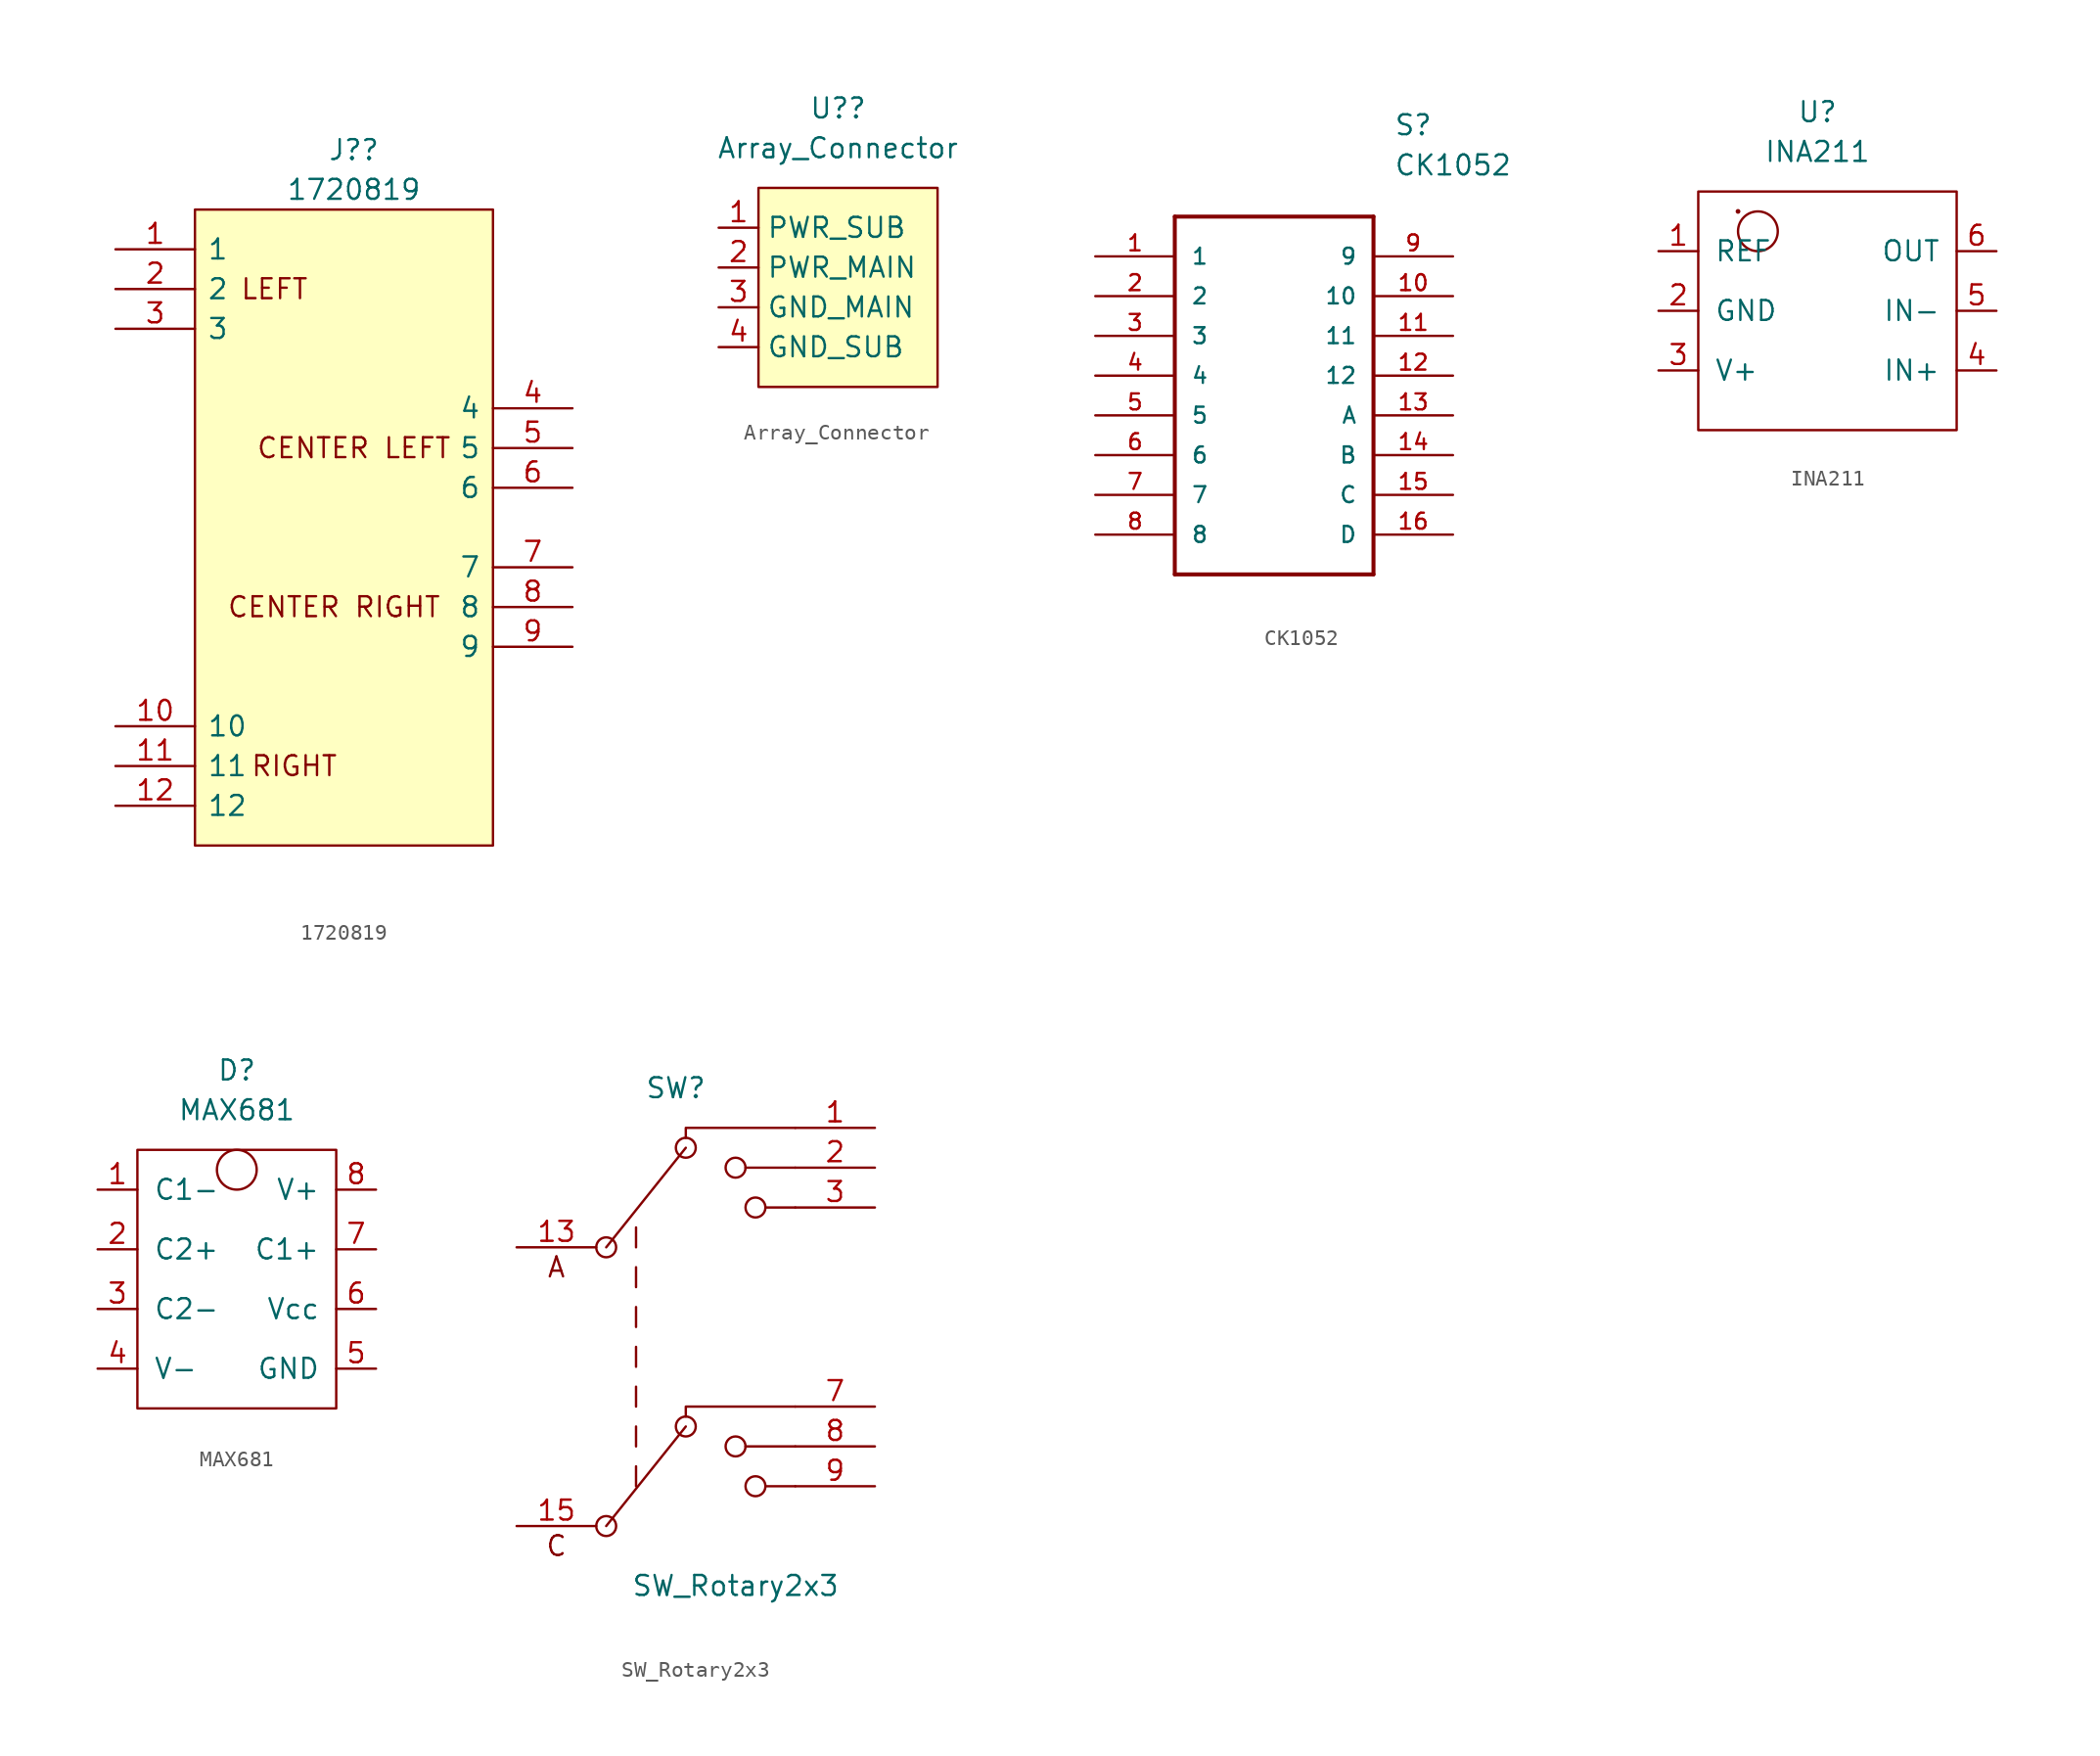
<source format=kicad_sym>
(kicad_symbol_lib
  (version 20211014)
  (generator kicad_symbol_editor)
  (symbol "1720819"
    (pin_names
      (offset 0.762))
    (property "Reference" "J?"
      (at 15.24 6.35 0)
      (effects (font (size 1.27 1.27))))
    (property "Value" "1720819"
      (at 15.24 3.81 0)
      (effects (font (size 1.27 1.27))))
    (symbol "1720819_0_0"
      (text "CENTER LEFT" (at 15.24 -12.7 0) (effects (font (size 1.27 1.27))))
      (text "CENTER RIGHT" (at 13.97 -22.86 0) (effects (font (size 1.27 1.27))))
      (text "LEFT" (at 10.16 -2.54 0) (effects (font (size 1.27 1.27))))
      (text "RIGHT" (at 11.43 -33.02 0) (effects (font (size 1.27 1.27))))
      (pin passive line (at 0 0 0) (length 5.08) (name "1" (effects (font (size 1.27 1.27)))) (number "1" (effects (font (size 1.27 1.27)))))
      (pin passive line (at 0 -30.48 0) (length 5.08) (name "10" (effects (font (size 1.27 1.27)))) (number "10" (effects (font (size 1.27 1.27)))))
      (pin passive line (at 0 -33.02 0) (length 5.08) (name "11" (effects (font (size 1.27 1.27)))) (number "11" (effects (font (size 1.27 1.27)))))
      (pin passive line (at 0 -35.56 0) (length 5.08) (name "12" (effects (font (size 1.27 1.27)))) (number "12" (effects (font (size 1.27 1.27)))))
      (pin passive line (at 0 -2.54 0) (length 5.08) (name "2" (effects (font (size 1.27 1.27)))) (number "2" (effects (font (size 1.27 1.27)))))
      (pin passive line (at 0 -5.08 0) (length 5.08) (name "3" (effects (font (size 1.27 1.27)))) (number "3" (effects (font (size 1.27 1.27)))))
      (pin passive line (at 29.21 -10.16 180) (length 5.08) (name "4" (effects (font (size 1.27 1.27)))) (number "4" (effects (font (size 1.27 1.27)))))
      (pin passive line (at 29.21 -12.7 180) (length 5.08) (name "5" (effects (font (size 1.27 1.27)))) (number "5" (effects (font (size 1.27 1.27)))))
      (pin passive line (at 29.21 -15.24 180) (length 5.08) (name "6" (effects (font (size 1.27 1.27)))) (number "6" (effects (font (size 1.27 1.27)))))
      (pin passive line (at 29.21 -20.32 180) (length 5.08) (name "7" (effects (font (size 1.27 1.27)))) (number "7" (effects (font (size 1.27 1.27)))))
      (pin passive line (at 29.21 -22.86 180) (length 5.08) (name "8" (effects (font (size 1.27 1.27)))) (number "8" (effects (font (size 1.27 1.27)))))
      (pin passive line (at 29.21 -25.4 180) (length 5.08) (name "9" (effects (font (size 1.27 1.27)))) (number "9" (effects (font (size 1.27 1.27))))))
    (symbol "1720819_0_1"
      (polyline (pts (xy 5.08 2.54) (xy 24.13 2.54) (xy 24.13 -38.1) (xy 5.08 -38.1) (xy 5.08 2.54)) (stroke (width 0.152) (type default) (color 0 0 0 0)) (fill (type background)))))
  (symbol "Array_Connector"
    (property "Reference" "U?"
      (at 0 0 0)
      (effects (font (size 1.27 1.27))))
    (property "Value" "Array_Connector"
      (at 0 -2.54 0)
      (effects (font (size 1.27 1.27))))
    (symbol "Array_Connector_0_1"
      (rectangle (start -5.08 -5.08) (end 6.35 -17.78) (stroke (width 0.152) (type default) (color 0 0 0 0)) (fill (type background))))
    (symbol "Array_Connector_1_1"
      (pin input line (at -7.62 -7.62 0) (length 2.54) (name "PWR_SUB" (effects (font (size 1.27 1.27)))) (number "1" (effects (font (size 1.27 1.27)))))
      (pin input line (at -7.62 -10.16 0) (length 2.54) (name "PWR_MAIN" (effects (font (size 1.27 1.27)))) (number "2" (effects (font (size 1.27 1.27)))))
      (pin input line (at -7.62 -12.7 0) (length 2.54) (name "GND_MAIN" (effects (font (size 1.27 1.27)))) (number "3" (effects (font (size 1.27 1.27)))))
      (pin input line (at -7.62 -15.24 0) (length 2.54) (name "GND_SUB" (effects (font (size 1.27 1.27)))) (number "4" (effects (font (size 1.27 1.27)))))))
  (symbol "CK1052"
    (pin_names
      (offset 1.016))
    (property "Reference" "S"
      (at 19.075 7.645 0)
      (effects (font (size 1.27 1.27)) (justify left bottom)))
    (property "Value" "CK1052"
      (at 19.075 5.08 0)
      (effects (font (size 1.27 1.27)) (justify left bottom)))
    (property "ki_locked" ""
      (at 0 0 0)
      (effects (font (size 1.27 1.27))))
    (symbol "CK1052_0_0"
      (polyline (pts (xy 5.08 2.54) (xy 5.08 -20.32)) (stroke (width 0.254) (type default) (color 0 0 0 0)) (fill (type none)))
      (polyline (pts (xy 5.08 2.54) (xy 17.78 2.54)) (stroke (width 0.254) (type default) (color 0 0 0 0)) (fill (type none)))
      (polyline (pts (xy 17.78 -20.32) (xy 5.08 -20.32)) (stroke (width 0.254) (type default) (color 0 0 0 0)) (fill (type none)))
      (polyline (pts (xy 17.78 -20.32) (xy 17.78 2.54)) (stroke (width 0.254) (type default) (color 0 0 0 0)) (fill (type none)))
      (pin bidirectional line (at 0 0 0) (length 5.08) (name "1" (effects (font (size 1.016 1.016)))) (number "1" (effects (font (size 1.016 1.016)))))
      (pin bidirectional line (at 22.86 -2.54 180) (length 5.08) (name "10" (effects (font (size 1.016 1.016)))) (number "10" (effects (font (size 1.016 1.016)))))
      (pin bidirectional line (at 22.86 -5.08 180) (length 5.08) (name "11" (effects (font (size 1.016 1.016)))) (number "11" (effects (font (size 1.016 1.016)))))
      (pin bidirectional line (at 22.86 -7.62 180) (length 5.08) (name "12" (effects (font (size 1.016 1.016)))) (number "12" (effects (font (size 1.016 1.016)))))
      (pin bidirectional line (at 22.86 -10.16 180) (length 5.08) (name "A" (effects (font (size 1.016 1.016)))) (number "13" (effects (font (size 1.016 1.016)))))
      (pin bidirectional line (at 22.86 -12.7 180) (length 5.08) (name "B" (effects (font (size 1.016 1.016)))) (number "14" (effects (font (size 1.016 1.016)))))
      (pin bidirectional line (at 22.86 -15.24 180) (length 5.08) (name "C" (effects (font (size 1.016 1.016)))) (number "15" (effects (font (size 1.016 1.016)))))
      (pin bidirectional line (at 22.86 -17.78 180) (length 5.08) (name "D" (effects (font (size 1.016 1.016)))) (number "16" (effects (font (size 1.016 1.016)))))
      (pin bidirectional line (at 0 -2.54 0) (length 5.08) (name "2" (effects (font (size 1.016 1.016)))) (number "2" (effects (font (size 1.016 1.016)))))
      (pin bidirectional line (at 0 -5.08 0) (length 5.08) (name "3" (effects (font (size 1.016 1.016)))) (number "3" (effects (font (size 1.016 1.016)))))
      (pin bidirectional line (at 0 -7.62 0) (length 5.08) (name "4" (effects (font (size 1.016 1.016)))) (number "4" (effects (font (size 1.016 1.016)))))
      (pin bidirectional line (at 0 -10.16 0) (length 5.08) (name "5" (effects (font (size 1.016 1.016)))) (number "5" (effects (font (size 1.016 1.016)))))
      (pin bidirectional line (at 0 -12.7 0) (length 5.08) (name "6" (effects (font (size 1.016 1.016)))) (number "6" (effects (font (size 1.016 1.016)))))
      (pin bidirectional line (at 0 -15.24 0) (length 5.08) (name "7" (effects (font (size 1.016 1.016)))) (number "7" (effects (font (size 1.016 1.016)))))
      (pin bidirectional line (at 0 -17.78 0) (length 5.08) (name "8" (effects (font (size 1.016 1.016)))) (number "8" (effects (font (size 1.016 1.016)))))
      (pin bidirectional line (at 22.86 0 180) (length 5.08) (name "9" (effects (font (size 1.016 1.016)))) (number "9" (effects (font (size 1.016 1.016)))))))
  (symbol "INA211"
    (pin_names
      (offset 1.016))
    (property "Reference" "U"
      (at 0 0 0)
      (effects (font (size 1.27 1.27))))
    (property "Value" "INA211"
      (at 0 -2.54 0)
      (effects (font (size 1.27 1.27))))
    (symbol "INA211_0_1"
      (rectangle (start -7.62 -5.08) (end 8.89 -20.32) (stroke (width 0) (type default) (color 0 0 0 0)) (fill (type none)))
      (circle (center -5.08 -6.35) (radius 0.0001) (stroke (width 0) (type default) (color 0 0 0 0)) (fill (type none)))
      (circle (center -3.81 -7.62) (radius 1.27) (stroke (width 0) (type default) (color 0 0 0 0)) (fill (type none))))
    (symbol "INA211_1_1"
      (pin input line (at -10.16 -8.89 0) (length 2.54) (name "REF" (effects (font (size 1.27 1.27)))) (number "1" (effects (font (size 1.27 1.27)))))
      (pin input line (at -10.16 -12.7 0) (length 2.54) (name "GND" (effects (font (size 1.27 1.27)))) (number "2" (effects (font (size 1.27 1.27)))))
      (pin input line (at -10.16 -16.51 0) (length 2.54) (name "V+" (effects (font (size 1.27 1.27)))) (number "3" (effects (font (size 1.27 1.27)))))
      (pin input line (at 11.43 -16.51 180) (length 2.54) (name "IN+" (effects (font (size 1.27 1.27)))) (number "4" (effects (font (size 1.27 1.27)))))
      (pin input line (at 11.43 -12.7 180) (length 2.54) (name "IN-" (effects (font (size 1.27 1.27)))) (number "5" (effects (font (size 1.27 1.27)))))
      (pin output line (at 11.43 -8.89 180) (length 2.54) (name "OUT" (effects (font (size 1.27 1.27)))) (number "6" (effects (font (size 1.27 1.27)))))))
  (symbol "MAX681"
    (pin_names
      (offset 1.016))
    (property "Reference" "D"
      (at 0 0 0)
      (effects (font (size 1.27 1.27))))
    (property "Value" "MAX681"
      (at 0 -2.54 0)
      (effects (font (size 1.27 1.27))))
    (symbol "MAX681_0_1"
      (rectangle (start -6.35 -5.08) (end 6.35 -21.59) (stroke (width 0) (type default) (color 0 0 0 0)) (fill (type none)))
      (circle (center 0 -6.35) (radius 1.27) (stroke (width 0) (type default) (color 0 0 0 0)) (fill (type none))))
    (symbol "MAX681_1_1"
      (pin input line (at -8.89 -7.62 0) (length 2.54) (name "C1-" (effects (font (size 1.27 1.27)))) (number "1" (effects (font (size 1.27 1.27)))))
      (pin input line (at -8.89 -11.43 0) (length 2.54) (name "C2+" (effects (font (size 1.27 1.27)))) (number "2" (effects (font (size 1.27 1.27)))))
      (pin input line (at -8.89 -15.24 0) (length 2.54) (name "C2-" (effects (font (size 1.27 1.27)))) (number "3" (effects (font (size 1.27 1.27)))))
      (pin input line (at -8.89 -19.05 0) (length 2.54) (name "V-" (effects (font (size 1.27 1.27)))) (number "4" (effects (font (size 1.27 1.27)))))
      (pin input line (at 8.89 -19.05 180) (length 2.54) (name "GND" (effects (font (size 1.27 1.27)))) (number "5" (effects (font (size 1.27 1.27)))))
      (pin input line (at 8.89 -15.24 180) (length 2.54) (name "Vcc" (effects (font (size 1.27 1.27)))) (number "6" (effects (font (size 1.27 1.27)))))
      (pin output line (at 8.89 -11.43 180) (length 2.54) (name "C1+" (effects (font (size 1.27 1.27)))) (number "7" (effects (font (size 1.27 1.27)))))
      (pin output line (at 8.89 -7.62 180) (length 2.54) (name "V+" (effects (font (size 1.27 1.27)))) (number "8" (effects (font (size 1.27 1.27)))))))
  (symbol "SW_Rotary2x3"
    (pin_names
      (offset 1.016) hide)
    (property "Reference" "SW"
      (at 0 17.78 0)
      (effects (font (size 1.27 1.27))))
    (property "Value" "SW_Rotary2x3"
      (at 3.81 -13.97 0)
      (effects (font (size 1.27 1.27))))
    (symbol "SW_Rotary2x3_0_0"
      (circle (center -4.445 -10.16) (radius 0.635) (stroke (width 0) (type default) (color 0 0 0 0)) (fill (type none)))
      (circle (center -4.445 7.62) (radius 0.635) (stroke (width 0) (type default) (color 0 0 0 0)) (fill (type none)))
      (polyline (pts (xy -4.445 -10.16) (xy 0.635 -3.81)) (stroke (width 0) (type default) (color 0 0 0 0)) (fill (type none)))
      (polyline (pts (xy -4.445 7.62) (xy 0.635 13.97)) (stroke (width 0) (type default) (color 0 0 0 0)) (fill (type none)))
      (polyline (pts (xy -2.54 -7.62) (xy -2.54 -6.35)) (stroke (width 0) (type default) (color 0 0 0 0)) (fill (type none)))
      (polyline (pts (xy -2.54 -5.08) (xy -2.54 -3.81)) (stroke (width 0) (type default) (color 0 0 0 0)) (fill (type none)))
      (polyline (pts (xy -2.54 -2.54) (xy -2.54 -1.27)) (stroke (width 0) (type default) (color 0 0 0 0)) (fill (type none)))
      (polyline (pts (xy -2.54 0) (xy -2.54 1.27)) (stroke (width 0) (type default) (color 0 0 0 0)) (fill (type none)))
      (polyline (pts (xy -2.54 2.54) (xy -2.54 3.81)) (stroke (width 0) (type default) (color 0 0 0 0)) (fill (type none)))
      (polyline (pts (xy -2.54 5.08) (xy -2.54 6.35)) (stroke (width 0) (type default) (color 0 0 0 0)) (fill (type none)))
      (polyline (pts (xy -2.54 7.62) (xy -2.54 8.89)) (stroke (width 0) (type default) (color 0 0 0 0)) (fill (type none)))
      (polyline (pts (xy 4.445 -5.08) (xy 7.62 -5.08)) (stroke (width 0) (type default) (color 0 0 0 0)) (fill (type none)))
      (polyline (pts (xy 4.445 12.7) (xy 7.62 12.7)) (stroke (width 0) (type default) (color 0 0 0 0)) (fill (type none)))
      (polyline (pts (xy 5.715 -7.62) (xy 7.62 -7.62)) (stroke (width 0) (type default) (color 0 0 0 0)) (fill (type none)))
      (polyline (pts (xy 5.715 10.16) (xy 7.62 10.16)) (stroke (width 0) (type default) (color 0 0 0 0)) (fill (type none)))
      (polyline (pts (xy 0.635 -3.175) (xy 0.635 -2.54) (xy 7.62 -2.54)) (stroke (width 0) (type default) (color 0 0 0 0)) (fill (type none)))
      (polyline (pts (xy 0.635 14.605) (xy 0.635 15.24) (xy 7.62 15.24)) (stroke (width 0) (type default) (color 0 0 0 0)) (fill (type none)))
      (circle (center 0.635 -3.81) (radius 0.635) (stroke (width 0) (type default) (color 0 0 0 0)) (fill (type none)))
      (circle (center 0.635 13.97) (radius 0.635) (stroke (width 0) (type default) (color 0 0 0 0)) (fill (type none)))
      (circle (center 3.81 -5.08) (radius 0.635) (stroke (width 0) (type default) (color 0 0 0 0)) (fill (type none)))
      (circle (center 3.81 12.7) (radius 0.635) (stroke (width 0) (type default) (color 0 0 0 0)) (fill (type none)))
      (circle (center 5.08 -7.62) (radius 0.635) (stroke (width 0) (type default) (color 0 0 0 0)) (fill (type none)))
      (circle (center 5.08 10.16) (radius 0.635) (stroke (width 0) (type default) (color 0 0 0 0)) (fill (type none)))
      (text "A" (at -7.62 6.35 0) (effects (font (size 1.27 1.27))))
      (text "C" (at -7.62 -11.43 0) (effects (font (size 1.27 1.27)))))
    (symbol "SW_Rotary2x3_0_1"
      (pin passive line (at 12.7 15.24 180) (length 5.08) (name "1" (effects (font (size 1.27 1.27)))) (number "1" (effects (font (size 1.27 1.27)))))
      (pin passive line (at -10.16 7.62 0) (length 5.08) (name "A" (effects (font (size 1.27 1.27)))) (number "13" (effects (font (size 1.27 1.27)))))
      (pin passive line (at -10.16 -10.16 0) (length 5.08) (name "C" (effects (font (size 1.27 1.27)))) (number "15" (effects (font (size 1.27 1.27)))))
      (pin passive line (at 12.7 12.7 180) (length 5.08) (name "2" (effects (font (size 1.27 1.27)))) (number "2" (effects (font (size 1.27 1.27)))))
      (pin passive line (at 12.7 10.16 180) (length 5.08) (name "3" (effects (font (size 1.27 1.27)))) (number "3" (effects (font (size 1.27 1.27)))))
      (pin passive line (at 12.7 -2.54 180) (length 5.08) (name "7" (effects (font (size 1.27 1.27)))) (number "7" (effects (font (size 1.27 1.27)))))
      (pin passive line (at 12.7 -5.08 180) (length 5.08) (name "8" (effects (font (size 1.27 1.27)))) (number "8" (effects (font (size 1.27 1.27)))))
      (pin passive line (at 12.7 -7.62 180) (length 5.08) (name "9" (effects (font (size 1.27 1.27)))) (number "9" (effects (font (size 1.27 1.27))))))))
</source>
